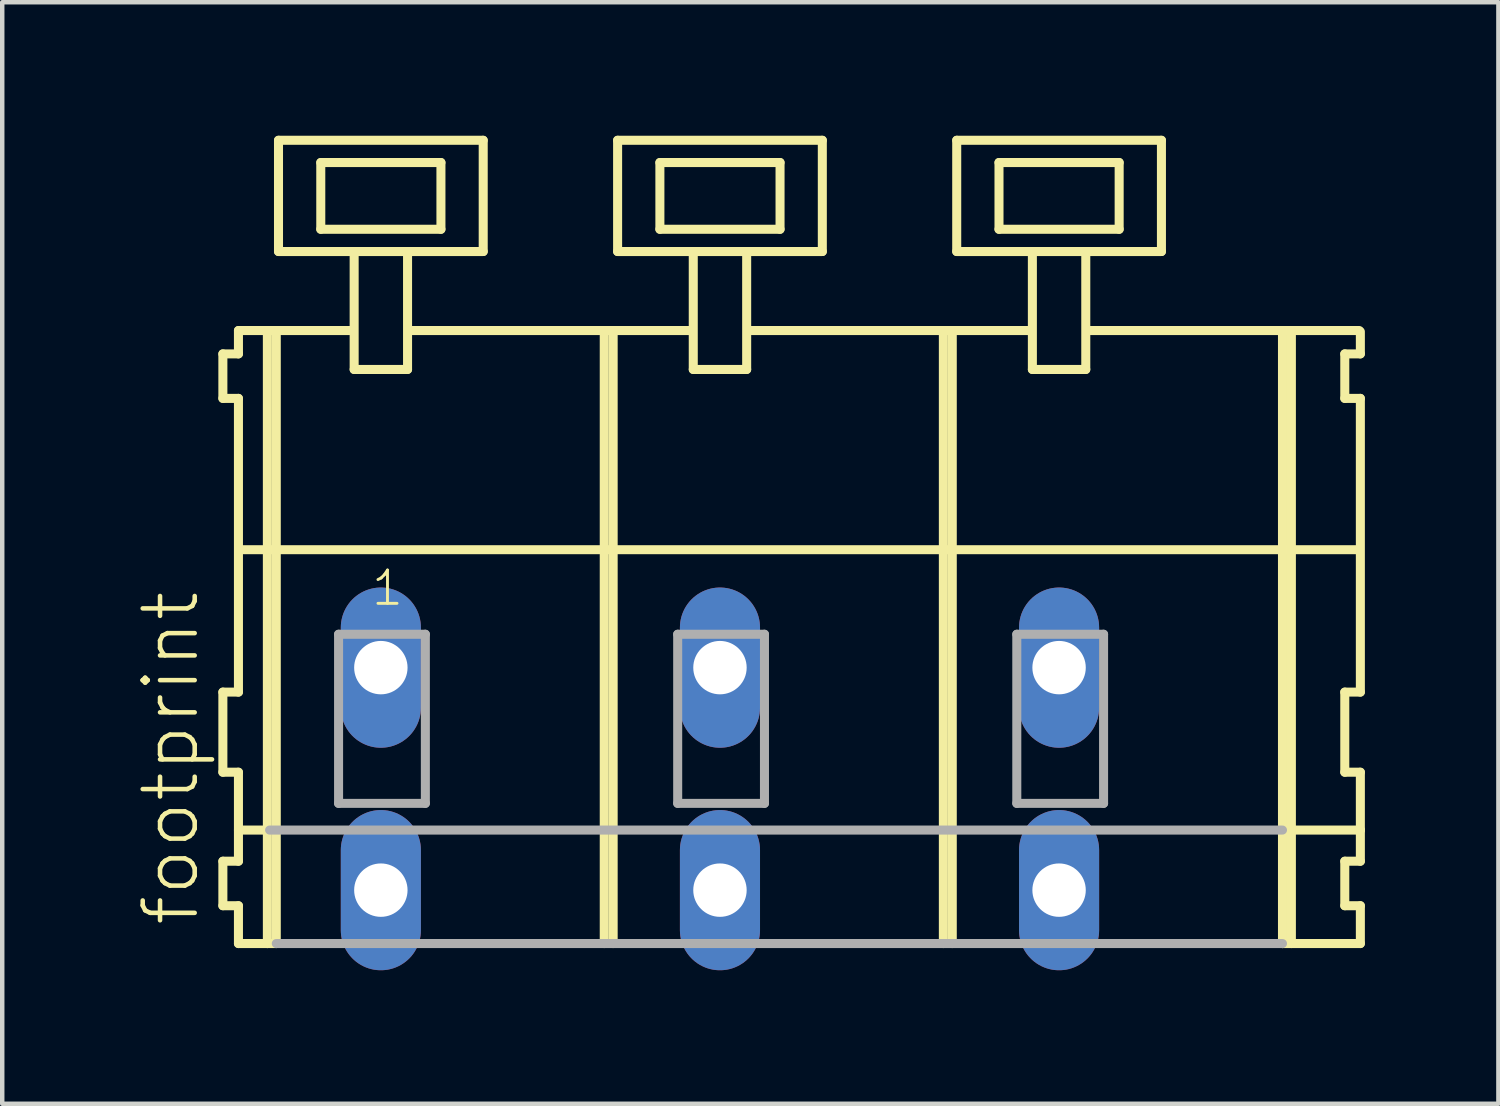
<source format=kicad_pcb>
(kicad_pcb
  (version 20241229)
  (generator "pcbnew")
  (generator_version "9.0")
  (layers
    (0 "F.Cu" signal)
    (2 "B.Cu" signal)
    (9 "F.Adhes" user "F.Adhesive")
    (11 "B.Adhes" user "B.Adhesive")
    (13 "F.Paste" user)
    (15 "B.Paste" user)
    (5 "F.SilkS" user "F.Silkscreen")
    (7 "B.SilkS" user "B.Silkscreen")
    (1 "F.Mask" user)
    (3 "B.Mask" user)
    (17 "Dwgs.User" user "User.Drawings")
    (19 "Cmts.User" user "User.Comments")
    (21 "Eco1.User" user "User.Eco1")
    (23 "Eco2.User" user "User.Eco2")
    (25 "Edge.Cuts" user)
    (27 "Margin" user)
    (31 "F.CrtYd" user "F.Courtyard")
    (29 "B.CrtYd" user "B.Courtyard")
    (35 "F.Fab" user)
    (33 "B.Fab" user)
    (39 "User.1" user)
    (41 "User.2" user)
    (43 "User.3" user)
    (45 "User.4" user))
  (footprint "footprint"
    (layer "F.Cu")
    (at 10.588 11.952)
    (property "Reference" "footprint" (at -9.115 5.855 90) (layer "F.SilkS") (effects (font (size 1.168 1.168) (thickness 0.102)) (justify left bottom)))
    (fp_line (start -8.63 -7.05) (end -8.63 -6.05) (stroke (width 0.203) (type solid)) (layer "F.SilkS"))
    (fp_line (start -8.63 -6.05) (end -8.28 -6.05) (stroke (width 0.203) (type solid)) (layer "F.SilkS"))
    (fp_line (start -8.63 0.55) (end -8.63 2.35) (stroke (width 0.203) (type solid)) (layer "F.SilkS"))
    (fp_line (start -8.63 2.35) (end -8.28 2.35) (stroke (width 0.203) (type solid)) (layer "F.SilkS"))
    (fp_line (start -8.63 4.35) (end -8.63 5.35) (stroke (width 0.203) (type solid)) (layer "F.SilkS"))
    (fp_line (start -8.63 5.35) (end -8.28 5.35) (stroke (width 0.203) (type solid)) (layer "F.SilkS"))
    (fp_line (start -8.28 -7.575) (end -8.28 -7.05) (stroke (width 0.203) (type solid)) (layer "F.SilkS"))
    (fp_line (start -8.28 -7.575) (end -5.705 -7.575) (stroke (width 0.203) (type solid)) (layer "F.SilkS"))
    (fp_line (start -8.28 -7.05) (end -8.63 -7.05) (stroke (width 0.203) (type solid)) (layer "F.SilkS"))
    (fp_line (start -8.28 -6.05) (end -8.28 0.55) (stroke (width 0.203) (type solid)) (layer "F.SilkS"))
    (fp_line (start -8.28 0.55) (end -8.63 0.55) (stroke (width 0.203) (type solid)) (layer "F.SilkS"))
    (fp_line (start -8.28 2.35) (end -8.28 4.35) (stroke (width 0.203) (type solid)) (layer "F.SilkS"))
    (fp_line (start -8.28 3.65) (end -7.58 3.65) (stroke (width 0.203) (type solid)) (layer "F.SilkS"))
    (fp_line (start -8.28 4.35) (end -8.63 4.35) (stroke (width 0.203) (type solid)) (layer "F.SilkS"))
    (fp_line (start -8.28 5.35) (end -8.28 6.2) (stroke (width 0.203) (type solid)) (layer "F.SilkS"))
    (fp_line (start -8.28 6.2) (end -7.63 6.2) (stroke (width 0.203) (type solid)) (layer "F.SilkS"))
    (fp_line (start -8.23 -2.65) (end 16.88 -2.65) (stroke (width 0.203) (type solid)) (layer "F.SilkS"))
    (fp_line (start -7.63 -7.55) (end -7.63 6.2) (stroke (width 0.203) (type solid)) (layer "F.SilkS"))
    (fp_line (start -7.63 6.2) (end -7.43 6.2) (stroke (width 0.203) (type solid)) (layer "F.SilkS"))
    (fp_line (start -7.43 -7.55) (end -7.43 6.2) (stroke (width 0.203) (type solid)) (layer "F.SilkS"))
    (fp_line (start -7.38 -11.85) (end -7.38 -9.35) (stroke (width 0.203) (type solid)) (layer "F.SilkS"))
    (fp_line (start -7.38 -9.35) (end -5.68 -9.35) (stroke (width 0.203) (type solid)) (layer "F.SilkS"))
    (fp_line (start -6.43 -11.35) (end -6.43 -9.85) (stroke (width 0.203) (type solid)) (layer "F.SilkS"))
    (fp_line (start -6.43 -9.85) (end -3.73 -9.85) (stroke (width 0.203) (type solid)) (layer "F.SilkS"))
    (fp_line (start -5.68 -9.35) (end -5.68 -6.7) (stroke (width 0.203) (type solid)) (layer "F.SilkS"))
    (fp_line (start -5.68 -9.35) (end -4.48 -9.35) (stroke (width 0.203) (type solid)) (layer "F.SilkS"))
    (fp_line (start -5.68 -6.7) (end -4.48 -6.7) (stroke (width 0.203) (type solid)) (layer "F.SilkS"))
    (fp_line (start -4.48 -9.35) (end -2.78 -9.35) (stroke (width 0.203) (type solid)) (layer "F.SilkS"))
    (fp_line (start -4.48 -6.7) (end -4.48 -9.35) (stroke (width 0.203) (type solid)) (layer "F.SilkS"))
    (fp_line (start -4.455 -7.575) (end 1.919 -7.575) (stroke (width 0.203) (type solid)) (layer "F.SilkS"))
    (fp_line (start -3.73 -11.35) (end -6.43 -11.35) (stroke (width 0.203) (type solid)) (layer "F.SilkS"))
    (fp_line (start -3.73 -9.85) (end -3.73 -11.35) (stroke (width 0.203) (type solid)) (layer "F.SilkS"))
    (fp_line (start -2.78 -11.85) (end -7.38 -11.85) (stroke (width 0.203) (type solid)) (layer "F.SilkS"))
    (fp_line (start -2.78 -9.35) (end -2.78 -11.85) (stroke (width 0.203) (type solid)) (layer "F.SilkS"))
    (fp_line (start -0.06 -7.55) (end -0.06 6.2) (stroke (width 0.203) (type solid)) (layer "F.SilkS"))
    (fp_line (start 0.14 -7.55) (end 0.14 6.2) (stroke (width 0.203) (type solid)) (layer "F.SilkS"))
    (fp_line (start 0.24 -11.85) (end 0.24 -9.35) (stroke (width 0.203) (type solid)) (layer "F.SilkS"))
    (fp_line (start 0.24 -9.35) (end 1.94 -9.35) (stroke (width 0.203) (type solid)) (layer "F.SilkS"))
    (fp_line (start 1.19 -11.35) (end 1.19 -9.85) (stroke (width 0.203) (type solid)) (layer "F.SilkS"))
    (fp_line (start 1.19 -9.85) (end 3.89 -9.85) (stroke (width 0.203) (type solid)) (layer "F.SilkS"))
    (fp_line (start 1.94 -9.35) (end 1.94 -6.7) (stroke (width 0.203) (type solid)) (layer "F.SilkS"))
    (fp_line (start 1.94 -9.35) (end 3.14 -9.35) (stroke (width 0.203) (type solid)) (layer "F.SilkS"))
    (fp_line (start 1.94 -6.7) (end 3.14 -6.7) (stroke (width 0.203) (type solid)) (layer "F.SilkS"))
    (fp_line (start 3.14 -9.35) (end 4.84 -9.35) (stroke (width 0.203) (type solid)) (layer "F.SilkS"))
    (fp_line (start 3.14 -6.7) (end 3.14 -9.35) (stroke (width 0.203) (type solid)) (layer "F.SilkS"))
    (fp_line (start 3.165 -7.575) (end 9.539 -7.575) (stroke (width 0.203) (type solid)) (layer "F.SilkS"))
    (fp_line (start 3.89 -11.35) (end 1.19 -11.35) (stroke (width 0.203) (type solid)) (layer "F.SilkS"))
    (fp_line (start 3.89 -9.85) (end 3.89 -11.35) (stroke (width 0.203) (type solid)) (layer "F.SilkS"))
    (fp_line (start 4.84 -11.85) (end 0.24 -11.85) (stroke (width 0.203) (type solid)) (layer "F.SilkS"))
    (fp_line (start 4.84 -9.35) (end 4.84 -11.85) (stroke (width 0.203) (type solid)) (layer "F.SilkS"))
    (fp_line (start 7.56 -7.55) (end 7.56 6.2) (stroke (width 0.203) (type solid)) (layer "F.SilkS"))
    (fp_line (start 7.76 -7.55) (end 7.76 6.2) (stroke (width 0.203) (type solid)) (layer "F.SilkS"))
    (fp_line (start 7.86 -11.85) (end 7.86 -9.35) (stroke (width 0.203) (type solid)) (layer "F.SilkS"))
    (fp_line (start 7.86 -9.35) (end 9.56 -9.35) (stroke (width 0.203) (type solid)) (layer "F.SilkS"))
    (fp_line (start 8.81 -11.35) (end 8.81 -9.85) (stroke (width 0.203) (type solid)) (layer "F.SilkS"))
    (fp_line (start 8.81 -9.85) (end 11.51 -9.85) (stroke (width 0.203) (type solid)) (layer "F.SilkS"))
    (fp_line (start 9.56 -9.35) (end 9.56 -6.7) (stroke (width 0.203) (type solid)) (layer "F.SilkS"))
    (fp_line (start 9.56 -9.35) (end 10.76 -9.35) (stroke (width 0.203) (type solid)) (layer "F.SilkS"))
    (fp_line (start 9.56 -6.7) (end 10.76 -6.7) (stroke (width 0.203) (type solid)) (layer "F.SilkS"))
    (fp_line (start 10.76 -9.35) (end 12.46 -9.35) (stroke (width 0.203) (type solid)) (layer "F.SilkS"))
    (fp_line (start 10.76 -6.7) (end 10.76 -9.35) (stroke (width 0.203) (type solid)) (layer "F.SilkS"))
    (fp_line (start 10.785 -7.575) (end 16.905 -7.575) (stroke (width 0.203) (type solid)) (layer "F.SilkS"))
    (fp_line (start 11.51 -11.35) (end 8.81 -11.35) (stroke (width 0.203) (type solid)) (layer "F.SilkS"))
    (fp_line (start 11.51 -9.85) (end 11.51 -11.35) (stroke (width 0.203) (type solid)) (layer "F.SilkS"))
    (fp_line (start 12.46 -11.85) (end 7.86 -11.85) (stroke (width 0.203) (type solid)) (layer "F.SilkS"))
    (fp_line (start 12.46 -9.35) (end 12.46 -11.85) (stroke (width 0.203) (type solid)) (layer "F.SilkS"))
    (fp_line (start 15.18 -7.55) (end 15.18 6.2) (stroke (width 0.203) (type solid)) (layer "F.SilkS"))
    (fp_line (start 15.18 6.2) (end 16.93 6.2) (stroke (width 0.203) (type solid)) (layer "F.SilkS"))
    (fp_line (start 15.23 3.65) (end 16.93 3.65) (stroke (width 0.203) (type solid)) (layer "F.SilkS"))
    (fp_line (start 15.38 -7.55) (end 15.38 6.2) (stroke (width 0.203) (type solid)) (layer "F.SilkS"))
    (fp_line (start 16.58 -7.05) (end 16.58 -6.05) (stroke (width 0.203) (type solid)) (layer "F.SilkS"))
    (fp_line (start 16.58 -6.05) (end 16.93 -6.05) (stroke (width 0.203) (type solid)) (layer "F.SilkS"))
    (fp_line (start 16.58 0.55) (end 16.58 2.35) (stroke (width 0.203) (type solid)) (layer "F.SilkS"))
    (fp_line (start 16.58 2.35) (end 16.93 2.35) (stroke (width 0.203) (type solid)) (layer "F.SilkS"))
    (fp_line (start 16.58 4.35) (end 16.58 5.35) (stroke (width 0.203) (type solid)) (layer "F.SilkS"))
    (fp_line (start 16.58 5.35) (end 16.93 5.35) (stroke (width 0.203) (type solid)) (layer "F.SilkS"))
    (fp_line (start 16.93 -7.05) (end 16.58 -7.05) (stroke (width 0.203) (type solid)) (layer "F.SilkS"))
    (fp_line (start 16.93 -7.05) (end 16.93 -7.55) (stroke (width 0.203) (type solid)) (layer "F.SilkS"))
    (fp_line (start 16.93 0.55) (end 16.58 0.55) (stroke (width 0.203) (type solid)) (layer "F.SilkS"))
    (fp_line (start 16.93 0.55) (end 16.93 -6.05) (stroke (width 0.203) (type solid)) (layer "F.SilkS"))
    (fp_line (start 16.93 3.65) (end 16.93 2.35) (stroke (width 0.203) (type solid)) (layer "F.SilkS"))
    (fp_line (start 16.93 4.35) (end 16.58 4.35) (stroke (width 0.203) (type solid)) (layer "F.SilkS"))
    (fp_line (start 16.93 4.35) (end 16.93 3.65) (stroke (width 0.203) (type solid)) (layer "F.SilkS"))
    (fp_line (start 16.93 6.2) (end 16.93 5.35) (stroke (width 0.203) (type solid)) (layer "F.SilkS"))
    (fp_line (start -7.58 3.65) (end 15.18 3.65) (stroke (width 0.203) (type solid)) (layer "F.Fab"))
    (fp_line (start -7.43 6.2) (end 15.18 6.2) (stroke (width 0.203) (type solid)) (layer "F.Fab"))
    (fp_line (start -6.03 -0.75) (end -6.03 3.05) (stroke (width 0.203) (type solid)) (layer "F.Fab"))
    (fp_line (start -6.03 3.05) (end -4.08 3.05) (stroke (width 0.203) (type solid)) (layer "F.Fab"))
    (fp_line (start -4.08 -0.75) (end -6.03 -0.75) (stroke (width 0.203) (type solid)) (layer "F.Fab"))
    (fp_line (start -4.08 3.05) (end -4.08 -0.75) (stroke (width 0.203) (type solid)) (layer "F.Fab"))
    (fp_line (start 1.59 -0.75) (end 1.59 3.05) (stroke (width 0.203) (type solid)) (layer "F.Fab"))
    (fp_line (start 1.59 3.05) (end 3.54 3.05) (stroke (width 0.203) (type solid)) (layer "F.Fab"))
    (fp_line (start 3.54 -0.75) (end 1.59 -0.75) (stroke (width 0.203) (type solid)) (layer "F.Fab"))
    (fp_line (start 3.54 3.05) (end 3.54 -0.75) (stroke (width 0.203) (type solid)) (layer "F.Fab"))
    (fp_line (start 9.21 -0.75) (end 9.21 3.05) (stroke (width 0.203) (type solid)) (layer "F.Fab"))
    (fp_line (start 9.21 3.05) (end 11.16 3.05) (stroke (width 0.203) (type solid)) (layer "F.Fab"))
    (fp_line (start 11.16 -0.75) (end 9.21 -0.75) (stroke (width 0.203) (type solid)) (layer "F.Fab"))
    (fp_line (start 11.16 3.05) (end 11.16 -0.75) (stroke (width 0.203) (type solid)) (layer "F.Fab"))
    (fp_text user "1" (at -5.33 -1.35 0) (layer "F.SilkS") (effects (font (size 0.748 0.748) (thickness 0.065)) (justify left bottom)))
    (pad "A1" thru_hole oval (at -5.08 0 90) (size 3.6 1.8) (drill 1.2) (layers "*.Cu" "*.Mask"))
    (pad "A2" thru_hole oval (at 2.54 0 90) (size 3.6 1.8) (drill 1.2) (layers "*.Cu" "*.Mask"))
    (pad "A3" thru_hole oval (at 10.16 0 90) (size 3.6 1.8) (drill 1.2) (layers "*.Cu" "*.Mask"))
    (pad "B1" thru_hole oval (at -5.08 5 90) (size 3.6 1.8) (drill 1.2) (layers "*.Cu" "*.Mask"))
    (pad "B2" thru_hole oval (at 2.54 5 90) (size 3.6 1.8) (drill 1.2) (layers "*.Cu" "*.Mask"))
    (pad "B3" thru_hole oval (at 10.16 5 90) (size 3.6 1.8) (drill 1.2) (layers "*.Cu" "*.Mask")))
  (gr_rect
    (start -3 -3)
    (end 30.62 21.752)
    (stroke (width 0.1) (type default))
    (fill no)
    (layer "Edge.Cuts")))
</source>
